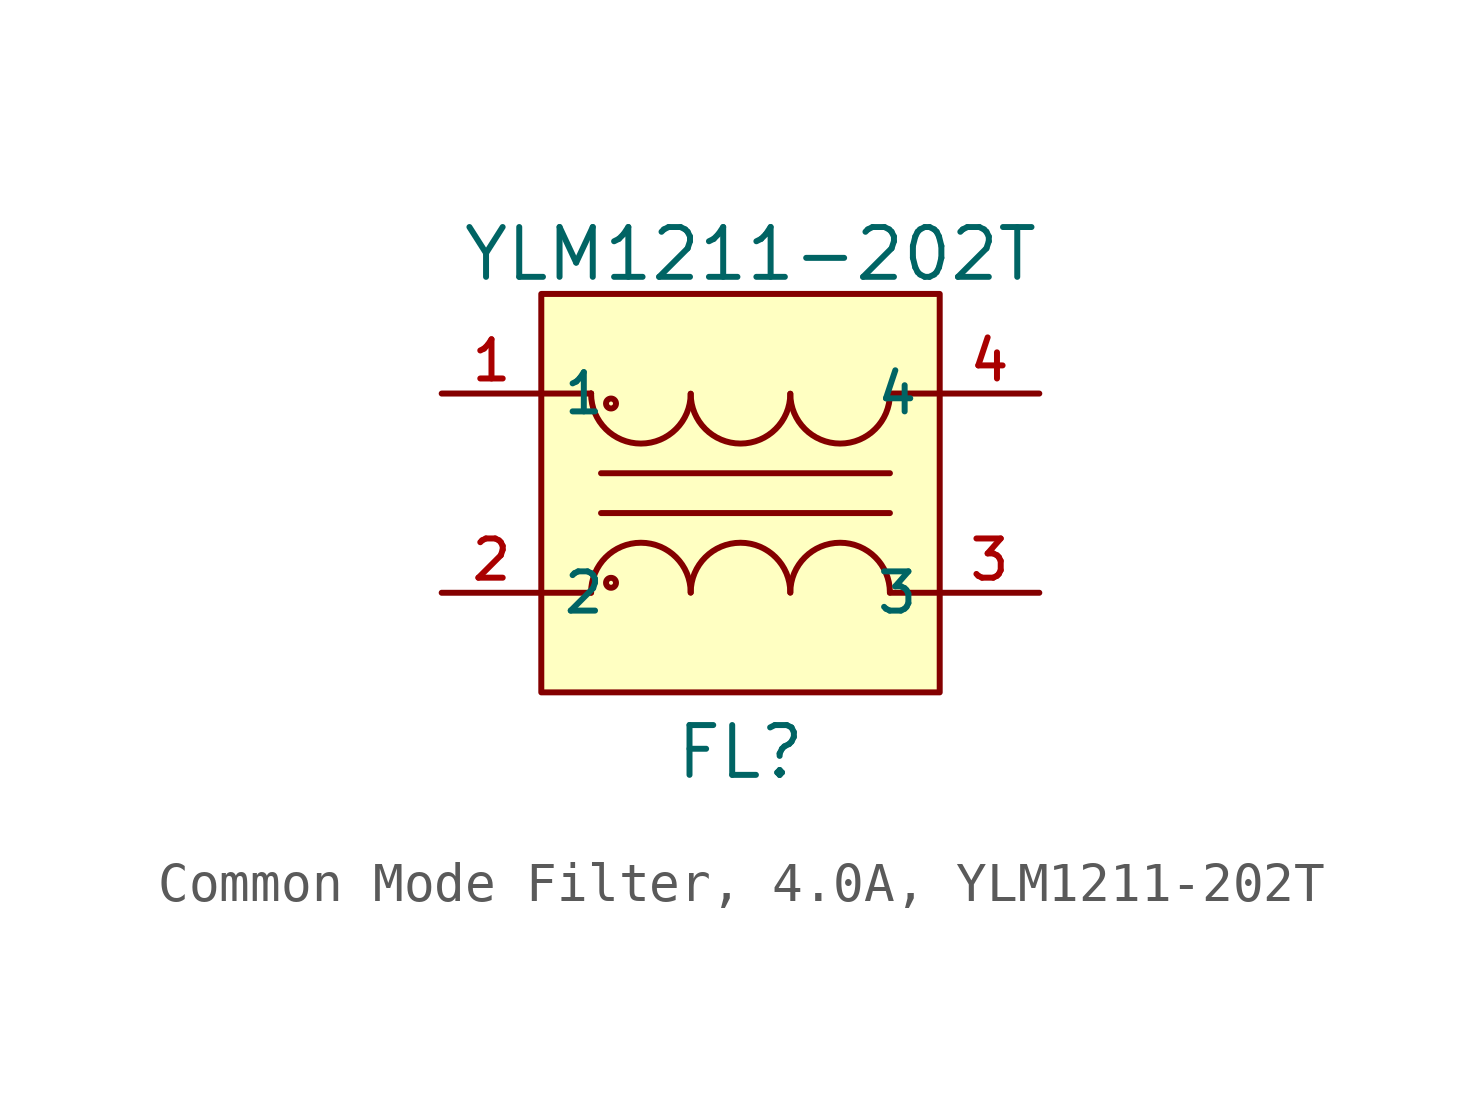
<source format=kicad_sym>
(kicad_symbol_lib
  (version 20231120)
  (generator "CDFER_Archive_Tool")
  (generator_version "0.0")
  (symbol "Common Mode Filter, 4.0A, YLM1211-202T"
    (property "Reference" "FL"
      (at 0 -6.604 0)
      (effects (font (size 1.27 1.27))))
    (property "Value" "YLM1211-202T"
      (at 0.254 6.096 0)
      (effects (font (size 1.27 1.27))))
    (symbol "Common Mode Filter, 4.0A, YLM1211-202T_0_1"
      (arc (start -3.81 2.5345) (mid -2.54 1.27) (end -1.27 2.5345) (stroke (width 0) (type default)) (fill (type none)))
      (circle (center -3.302 -2.286) (radius 0.127) (stroke (width 0) (type default)) (fill (type background)))
      (circle (center -3.302 2.286) (radius 0.127) (stroke (width 0) (type default)) (fill (type background)))
      (arc (start -1.27 -2.5345) (mid -2.54 -1.27) (end -3.81 -2.5345) (stroke (width 0) (type default)) (fill (type none)))
      (arc (start -1.27 2.5345) (mid 0 1.27) (end 1.27 2.5345) (stroke (width 0) (type default)) (fill (type none)))
      (polyline (pts (xy -3.81 -2.54) (xy -5.08 -2.54)) (stroke (width 0) (type default)) (fill (type none)))
      (polyline (pts (xy -3.81 2.54) (xy -5.08 2.54)) (stroke (width 0) (type default)) (fill (type none)))
      (polyline (pts (xy -3.81 2.54) (xy -3.81 2.54)) (stroke (width 0) (type default)) (fill (type none)))
      (polyline (pts (xy -3.81 2.54) (xy -3.81 2.54)) (stroke (width 0) (type default)) (fill (type none)))
      (polyline (pts (xy -3.556 -0.508) (xy 3.81 -0.508)) (stroke (width 0) (type default)) (fill (type none)))
      (polyline (pts (xy -3.556 0.508) (xy 3.81 0.508)) (stroke (width 0) (type default)) (fill (type none)))
      (polyline (pts (xy 3.81 2.54) (xy 5.08 2.54)) (stroke (width 0) (type default)) (fill (type none)))
      (polyline (pts (xy 5.08 -2.54) (xy 3.81 -2.54)) (stroke (width 0) (type default)) (fill (type none)))
      (arc (start 1.27 -2.5345) (mid 0 -1.27) (end -1.27 -2.5345) (stroke (width 0) (type default)) (fill (type none)))
      (arc (start 1.27 2.5345) (mid 2.54 1.27) (end 3.81 2.5345) (stroke (width 0) (type default)) (fill (type none)))
      (arc (start 3.81 -2.5345) (mid 2.54 -1.27) (end 1.27 -2.5345) (stroke (width 0) (type default)) (fill (type none))))
    (symbol "Common Mode Filter, 4.0A, YLM1211-202T_1_1"
      (rectangle (start -5.08 5.08) (end 5.08 -5.08) (stroke (width 0) (type default)) (fill (type background)))
      (pin unspecified line (at -7.62 2.54 0) (length 2.54) (name "1" (effects (font (size 1 1)))) (number "1" (effects (font (size 1 1)))))
      (pin unspecified line (at -7.62 -2.54 0) (length 2.54) (name "2" (effects (font (size 1 1)))) (number "2" (effects (font (size 1 1)))))
      (pin unspecified line (at 7.62 -2.54 180) (length 2.54) (name "3" (effects (font (size 1 1)))) (number "3" (effects (font (size 1 1)))))
      (pin unspecified line (at 7.62 2.54 180) (length 2.54) (name "4" (effects (font (size 1 1)))) (number "4" (effects (font (size 1 1))))))))
</source>
